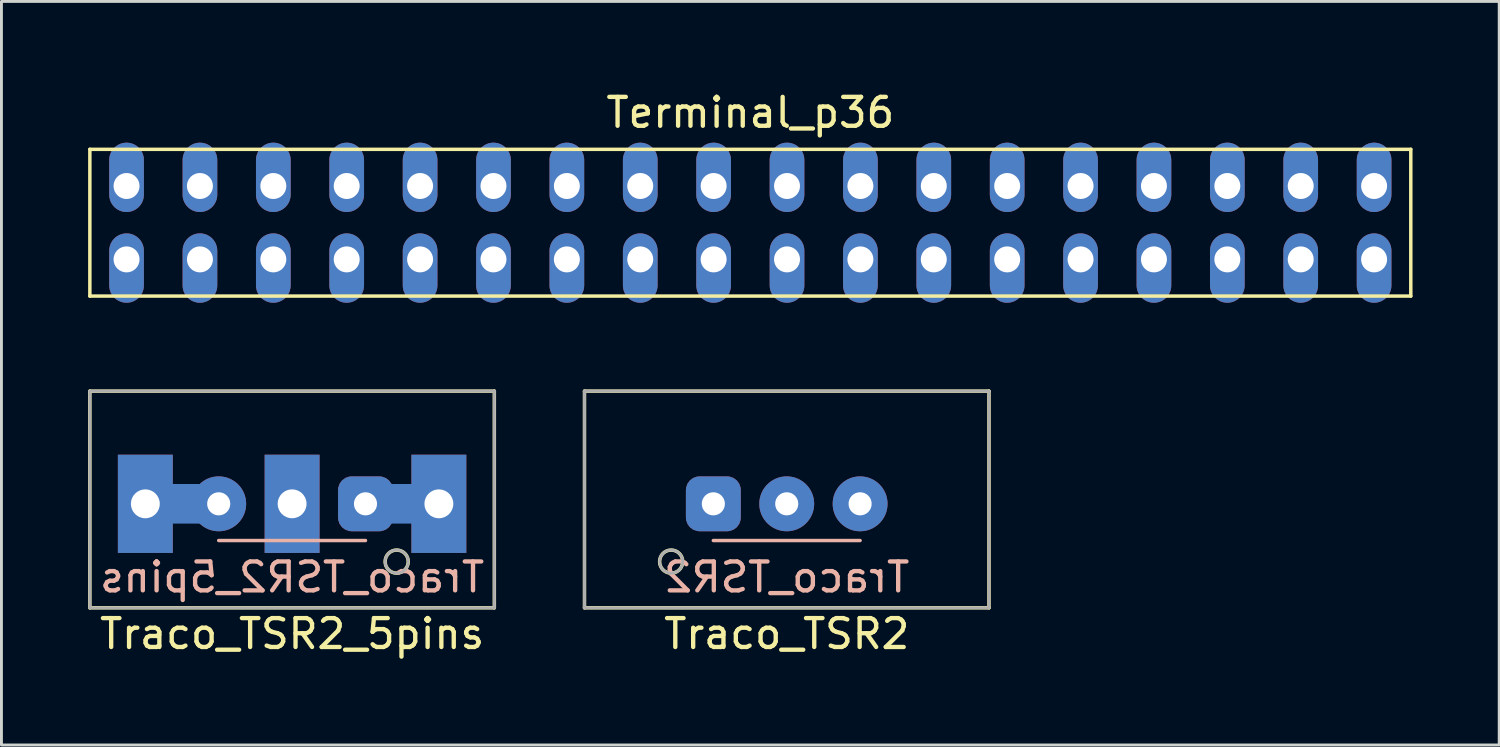
<source format=kicad_pcb>
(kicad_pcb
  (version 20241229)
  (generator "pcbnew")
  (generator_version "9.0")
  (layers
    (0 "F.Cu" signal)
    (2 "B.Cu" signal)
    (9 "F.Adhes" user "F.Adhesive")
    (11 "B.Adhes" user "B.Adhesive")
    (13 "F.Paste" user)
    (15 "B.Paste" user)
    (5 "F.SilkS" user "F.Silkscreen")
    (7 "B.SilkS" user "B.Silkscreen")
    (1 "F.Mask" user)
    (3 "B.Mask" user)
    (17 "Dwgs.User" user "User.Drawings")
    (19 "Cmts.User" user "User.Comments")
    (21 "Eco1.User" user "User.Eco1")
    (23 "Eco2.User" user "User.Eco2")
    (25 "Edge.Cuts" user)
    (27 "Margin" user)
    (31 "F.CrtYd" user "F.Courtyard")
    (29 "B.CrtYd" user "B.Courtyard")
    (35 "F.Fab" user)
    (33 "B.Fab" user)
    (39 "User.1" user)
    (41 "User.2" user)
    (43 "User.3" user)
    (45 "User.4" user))
  (footprint "Terminal_p36"
    (layer "F.Cu")
    (at 22.92 3.388)
    (property "Reference" "Terminal_p36" (at 0 -2.54 0) (layer "F.SilkS") (effects (font (size 1 1) (thickness 0.15))))
    (attr through_hole)
    (fp_line (start -22.86 -1.27) (end 22.86 -1.27) (stroke (width 0.12) (type solid)) (layer "F.SilkS"))
    (fp_line (start -22.86 3.81) (end -22.86 -1.27) (stroke (width 0.12) (type solid)) (layer "F.SilkS"))
    (fp_line (start 22.86 -1.27) (end 22.86 3.81) (stroke (width 0.12) (type solid)) (layer "F.SilkS"))
    (fp_line (start 22.86 3.81) (end -22.86 3.81) (stroke (width 0.12) (type solid)) (layer "F.SilkS"))
    (pad "1" thru_hole oval (at 21.59 0) (size 1.2 2.4) (drill 0.9 (offset 0 -0.3)) (layers "*.Cu" "*.Mask"))
    (pad "2" thru_hole oval (at 21.59 2.54) (size 1.2 2.4) (drill 0.9 (offset 0 0.3)) (layers "*.Cu" "*.Mask"))
    (pad "3" thru_hole oval (at 19.05 0) (size 1.2 2.4) (drill 0.9 (offset 0 -0.3)) (layers "*.Cu" "*.Mask"))
    (pad "4" thru_hole oval (at 19.05 2.54) (size 1.2 2.4) (drill 0.9 (offset 0 0.3)) (layers "*.Cu" "*.Mask"))
    (pad "5" thru_hole oval (at 16.51 0) (size 1.2 2.4) (drill 0.9 (offset 0 -0.3)) (layers "*.Cu" "*.Mask"))
    (pad "6" thru_hole oval (at 16.51 2.54) (size 1.2 2.4) (drill 0.9 (offset 0 0.3)) (layers "*.Cu" "*.Mask"))
    (pad "7" thru_hole oval (at 13.97 0) (size 1.2 2.4) (drill 0.9 (offset 0 -0.3)) (layers "*.Cu" "*.Mask"))
    (pad "8" thru_hole oval (at 13.97 2.54) (size 1.2 2.4) (drill 0.9 (offset 0 0.3)) (layers "*.Cu" "*.Mask"))
    (pad "9" thru_hole oval (at 11.43 0) (size 1.2 2.4) (drill 0.9 (offset 0 -0.3)) (layers "*.Cu" "*.Mask"))
    (pad "10" thru_hole oval (at 11.43 2.54) (size 1.2 2.4) (drill 0.9 (offset 0 0.3)) (layers "*.Cu" "*.Mask"))
    (pad "11" thru_hole oval (at 8.89 0) (size 1.2 2.4) (drill 0.9 (offset 0 -0.3)) (layers "*.Cu" "*.Mask"))
    (pad "12" thru_hole oval (at 8.89 2.54) (size 1.2 2.4) (drill 0.9 (offset 0 0.3)) (layers "*.Cu" "*.Mask"))
    (pad "13" thru_hole oval (at 6.35 0) (size 1.2 2.4) (drill 0.9 (offset 0 -0.3)) (layers "*.Cu" "*.Mask"))
    (pad "14" thru_hole oval (at 6.35 2.54) (size 1.2 2.4) (drill 0.9 (offset 0 0.3)) (layers "*.Cu" "*.Mask"))
    (pad "15" thru_hole oval (at 3.81 0) (size 1.2 2.4) (drill 0.9 (offset 0 -0.3)) (layers "*.Cu" "*.Mask"))
    (pad "16" thru_hole oval (at 3.81 2.54) (size 1.2 2.4) (drill 0.9 (offset 0 0.3)) (layers "*.Cu" "*.Mask"))
    (pad "17" thru_hole oval (at 1.27 0) (size 1.2 2.4) (drill 0.9 (offset 0 -0.3)) (layers "*.Cu" "*.Mask"))
    (pad "18" thru_hole oval (at 1.27 2.54) (size 1.2 2.4) (drill 0.9 (offset 0 0.3)) (layers "*.Cu" "*.Mask"))
    (pad "19" thru_hole oval (at -1.27 0) (size 1.2 2.4) (drill 0.9 (offset 0 -0.3)) (layers "*.Cu" "*.Mask"))
    (pad "20" thru_hole oval (at -1.27 2.54) (size 1.2 2.4) (drill 0.9 (offset 0 0.3)) (layers "*.Cu" "*.Mask"))
    (pad "21" thru_hole oval (at -3.81 0) (size 1.2 2.4) (drill 0.9 (offset 0 -0.3)) (layers "*.Cu" "*.Mask"))
    (pad "22" thru_hole oval (at -3.81 2.54) (size 1.2 2.4) (drill 0.9 (offset 0 0.3)) (layers "*.Cu" "*.Mask"))
    (pad "23" thru_hole oval (at -6.35 0) (size 1.2 2.4) (drill 0.9 (offset 0 -0.3)) (layers "*.Cu" "*.Mask"))
    (pad "24" thru_hole oval (at -6.35 2.54) (size 1.2 2.4) (drill 0.9 (offset 0 0.3)) (layers "*.Cu" "*.Mask"))
    (pad "25" thru_hole oval (at -8.89 0) (size 1.2 2.4) (drill 0.9 (offset 0 -0.3)) (layers "*.Cu" "*.Mask"))
    (pad "26" thru_hole oval (at -8.89 2.54) (size 1.2 2.4) (drill 0.9 (offset 0 0.3)) (layers "*.Cu" "*.Mask"))
    (pad "27" thru_hole oval (at -11.43 0) (size 1.2 2.4) (drill 0.9 (offset 0 -0.3)) (layers "*.Cu" "*.Mask"))
    (pad "28" thru_hole oval (at -11.43 2.54) (size 1.2 2.4) (drill 0.9 (offset 0 0.3)) (layers "*.Cu" "*.Mask"))
    (pad "29" thru_hole oval (at -13.97 0) (size 1.2 2.4) (drill 0.9 (offset 0 -0.3)) (layers "*.Cu" "*.Mask"))
    (pad "30" thru_hole oval (at -13.97 2.54) (size 1.2 2.4) (drill 0.9 (offset 0 0.3)) (layers "*.Cu" "*.Mask"))
    (pad "31" thru_hole oval (at -16.51 0) (size 1.2 2.4) (drill 0.9 (offset 0 -0.3)) (layers "*.Cu" "*.Mask"))
    (pad "32" thru_hole oval (at -16.51 2.54) (size 1.2 2.4) (drill 0.9 (offset 0 0.3)) (layers "*.Cu" "*.Mask"))
    (pad "33" thru_hole oval (at -19.05 0) (size 1.2 2.4) (drill 0.9 (offset 0 -0.3)) (layers "*.Cu" "*.Mask"))
    (pad "34" thru_hole oval (at -19.05 2.54) (size 1.2 2.4) (drill 0.9 (offset 0 0.3)) (layers "*.Cu" "*.Mask"))
    (pad "35" thru_hole oval (at -21.59 0) (size 1.2 2.4) (drill 0.9 (offset 0 -0.3)) (layers "*.Cu" "*.Mask"))
    (pad "36" thru_hole oval (at -21.59 2.54) (size 1.2 2.4) (drill 0.9 (offset 0 0.3)) (layers "*.Cu" "*.Mask")))
  (footprint "Traco_TSR2"
    (layer "F.Cu")
    (at 24.18 14.388)
    (property "Reference" "Traco_TSR2" (at 0 4.5 0) (layer "F.SilkS") (effects (font (size 1 1) (thickness 0.15))))
    (attr through_hole)
    (fp_line (start -7 -3.9) (end -7 3.6) (stroke (width 0.12) (type solid)) (layer "F.SilkS"))
    (fp_line (start -7 3.6) (end 7 3.6) (stroke (width 0.12) (type solid)) (layer "F.SilkS"))
    (fp_line (start 7 -3.9) (end -7 -3.9) (stroke (width 0.12) (type solid)) (layer "F.SilkS"))
    (fp_line (start 7 3.6) (end 7 -3.9) (stroke (width 0.12) (type solid)) (layer "F.SilkS"))
    (fp_circle (center -4 2) (end -3.6 2) (stroke (width 0.12) (type solid)) (fill no) (layer "F.SilkS"))
    (fp_line (start -2.54 1.27) (end 2.54 1.27) (stroke (width 0.12) (type solid)) (layer "B.SilkS"))
    (fp_line (start -7 -3.9) (end 7 -3.9) (stroke (width 0.1) (type solid)) (layer "F.Fab"))
    (fp_line (start -7 3.6) (end -7 -3.9) (stroke (width 0.1) (type solid)) (layer "F.Fab"))
    (fp_line (start 7 -3.9) (end 7 3.6) (stroke (width 0.1) (type solid)) (layer "F.Fab"))
    (fp_line (start 7 3.6) (end -7 3.6) (stroke (width 0.1) (type solid)) (layer "F.Fab"))
    (fp_circle (center -4 2) (end -3.6 2) (stroke (width 0.1) (type solid)) (fill no) (layer "F.Fab"))
    (fp_text user "${REFERENCE}" (at 0 2.54 0) (layer "B.SilkS") (effects (font (size 1 1) (thickness 0.15)) (justify mirror)))
    (pad "1" thru_hole roundrect (at -2.54 0) (size 1.9 1.9) (drill 0.8) (layers "*.Cu" "*.Mask") (roundrect_rratio 0.25))
    (pad "2" thru_hole circle (at 0 0) (size 1.9 1.9) (drill 0.8) (layers "*.Cu" "*.Mask"))
    (pad "3" thru_hole circle (at 2.54 0) (size 1.9 1.9) (drill 0.8) (layers "*.Cu" "*.Mask")))
  (footprint "Traco_TSR2_5pins"
    (layer "F.Cu")
    (at 7.06 14.388)
    (property "Reference" "Traco_TSR2_5pins" (at 0 4.5 0) (layer "F.SilkS") (effects (font (size 1 1) (thickness 0.15))))
    (attr through_hole)
    (fp_poly (pts (xy -3.175 0.635) (xy -4.445 0.635) (xy -4.445 -0.635) (xy -3.175 -0.635)) (stroke (width 0.1) (type solid)) (fill yes) (layer "B.Cu"))
    (fp_poly (pts (xy 4.445 0.635) (xy 3.175 0.635) (xy 3.175 -0.635) (xy 4.445 -0.635)) (stroke (width 0.1) (type solid)) (fill yes) (layer "B.Cu"))
    (fp_line (start -7 -3.9) (end -7 3.6) (stroke (width 0.12) (type solid)) (layer "F.SilkS"))
    (fp_line (start -7 3.6) (end 7 3.6) (stroke (width 0.12) (type solid)) (layer "F.SilkS"))
    (fp_line (start 7 -3.9) (end -7 -3.9) (stroke (width 0.12) (type solid)) (layer "F.SilkS"))
    (fp_line (start 7 3.6) (end 7 -3.9) (stroke (width 0.12) (type solid)) (layer "F.SilkS"))
    (fp_circle (center 3.62 2) (end 4.02 2) (stroke (width 0.12) (type solid)) (fill no) (layer "F.SilkS"))
    (fp_line (start -2.54 1.27) (end 2.54 1.27) (stroke (width 0.12) (type solid)) (layer "B.SilkS"))
    (fp_line (start -7 -3.9) (end 7 -3.9) (stroke (width 0.1) (type solid)) (layer "F.Fab"))
    (fp_line (start -7 3.6) (end -7 -3.9) (stroke (width 0.1) (type solid)) (layer "F.Fab"))
    (fp_line (start 7 -3.9) (end 7 3.6) (stroke (width 0.1) (type solid)) (layer "F.Fab"))
    (fp_line (start 7 3.6) (end -7 3.6) (stroke (width 0.1) (type solid)) (layer "F.Fab"))
    (fp_circle (center 3.62 2) (end 4.02 2) (stroke (width 0.1) (type solid)) (fill no) (layer "F.Fab"))
    (fp_text user "${REFERENCE}" (at 0 2.54 0) (layer "B.SilkS") (effects (font (size 1 1) (thickness 0.15)) (justify mirror)))
    (pad "1" thru_hole roundrect (at 2.54 0) (size 1.9 1.9) (drill 0.8) (layers "*.Cu" "*.Mask") (roundrect_rratio 0.25))
    (pad "2" thru_hole rect (at 0 0) (size 1.9 3.4) (drill 1) (layers "*.Cu" "*.Mask"))
    (pad "3" thru_hole circle (at -2.54 0) (size 1.9 1.9) (drill 0.8) (layers "*.Cu" "*.Mask"))
    (pad "4" thru_hole rect (at -5.08 0) (size 1.9 3.4) (drill 1) (layers "*.Cu" "*.Mask"))
    (pad "5" thru_hole rect (at 5.08 0) (size 1.9 3.4) (drill 1) (layers "*.Cu" "*.Mask")))
  (gr_rect
    (start -3 -3)
    (end 48.84 22.736)
    (stroke (width 0.1) (type default))
    (fill no)
    (layer "Edge.Cuts")))
</source>
